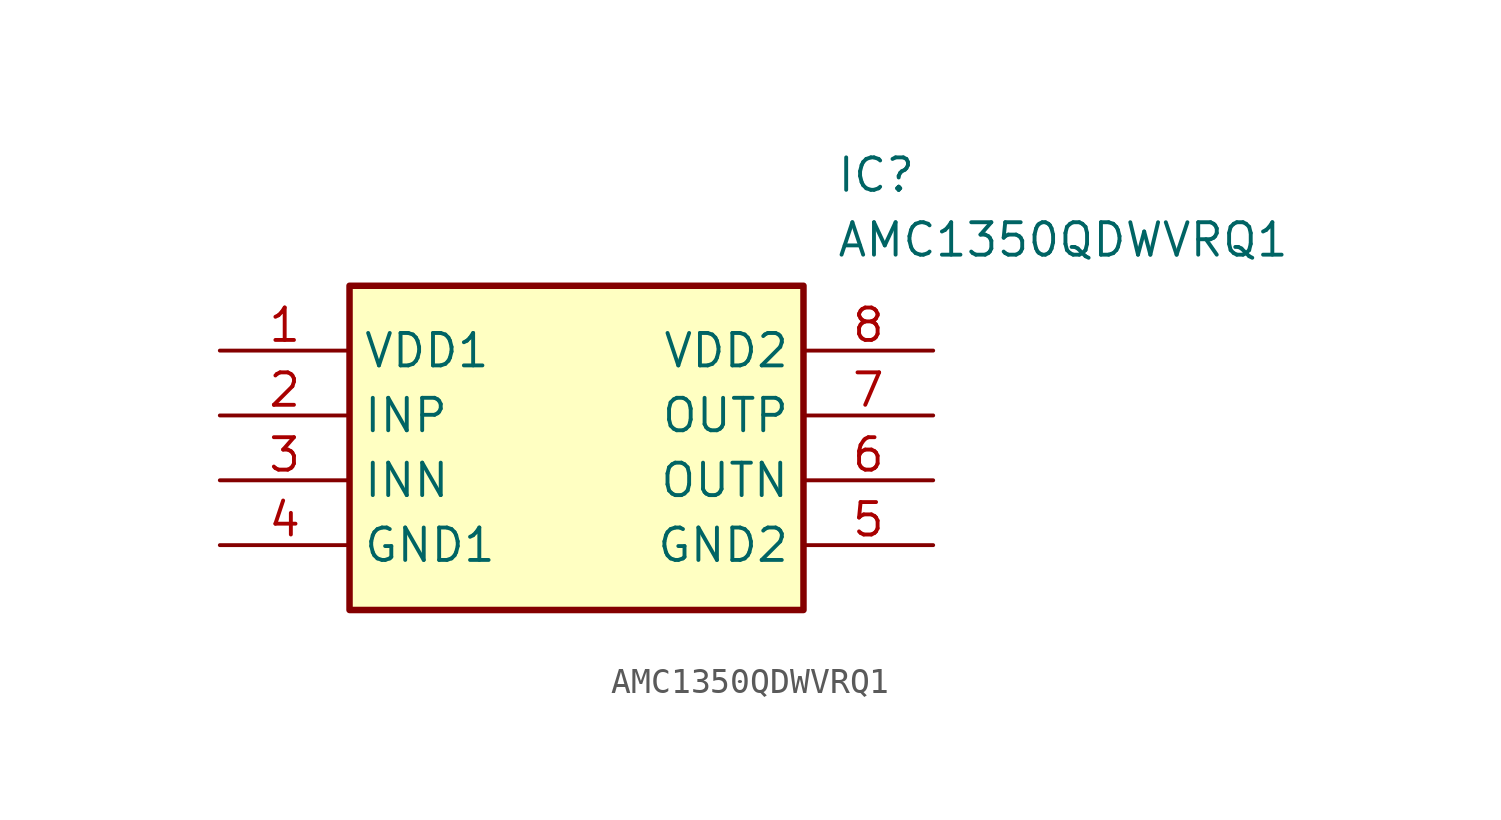
<source format=kicad_sym>
(kicad_symbol_lib
  (version 20211014)
  (generator SamacSys_ECAD_Model)
  (symbol "AMC1350QDWVRQ1"
    (property "Reference" "IC"
      (at 24.13 7.62 0)
      (effects (font (size 1.27 1.27)) (justify left top)))
    (property "Value" "AMC1350QDWVRQ1"
      (at 24.13 5.08 0)
      (effects (font (size 1.27 1.27)) (justify left top)))
    (rectangle
      (start 5.08 2.54)
      (end 22.86 -10.16)
      (stroke (width 0.254) (type default))
      (fill (type background)))
    (pin passive line
      (at 0 0 0)
      (length 5.08)
      (name "VDD1" (effects (font (size 1.27 1.27))))
      (number "1" (effects (font (size 1.27 1.27)))))
    (pin passive line
      (at 0 -2.54 0)
      (length 5.08)
      (name "INP" (effects (font (size 1.27 1.27))))
      (number "2" (effects (font (size 1.27 1.27)))))
    (pin passive line
      (at 0 -5.08 0)
      (length 5.08)
      (name "INN" (effects (font (size 1.27 1.27))))
      (number "3" (effects (font (size 1.27 1.27)))))
    (pin passive line
      (at 0 -7.62 0)
      (length 5.08)
      (name "GND1" (effects (font (size 1.27 1.27))))
      (number "4" (effects (font (size 1.27 1.27)))))
    (pin passive line
      (at 27.94 0 180)
      (length 5.08)
      (name "VDD2" (effects (font (size 1.27 1.27))))
      (number "8" (effects (font (size 1.27 1.27)))))
    (pin passive line
      (at 27.94 -2.54 180)
      (length 5.08)
      (name "OUTP" (effects (font (size 1.27 1.27))))
      (number "7" (effects (font (size 1.27 1.27)))))
    (pin passive line
      (at 27.94 -5.08 180)
      (length 5.08)
      (name "OUTN" (effects (font (size 1.27 1.27))))
      (number "6" (effects (font (size 1.27 1.27)))))
    (pin passive line
      (at 27.94 -7.62 180)
      (length 5.08)
      (name "GND2" (effects (font (size 1.27 1.27))))
      (number "5" (effects (font (size 1.27 1.27)))))))
</source>
